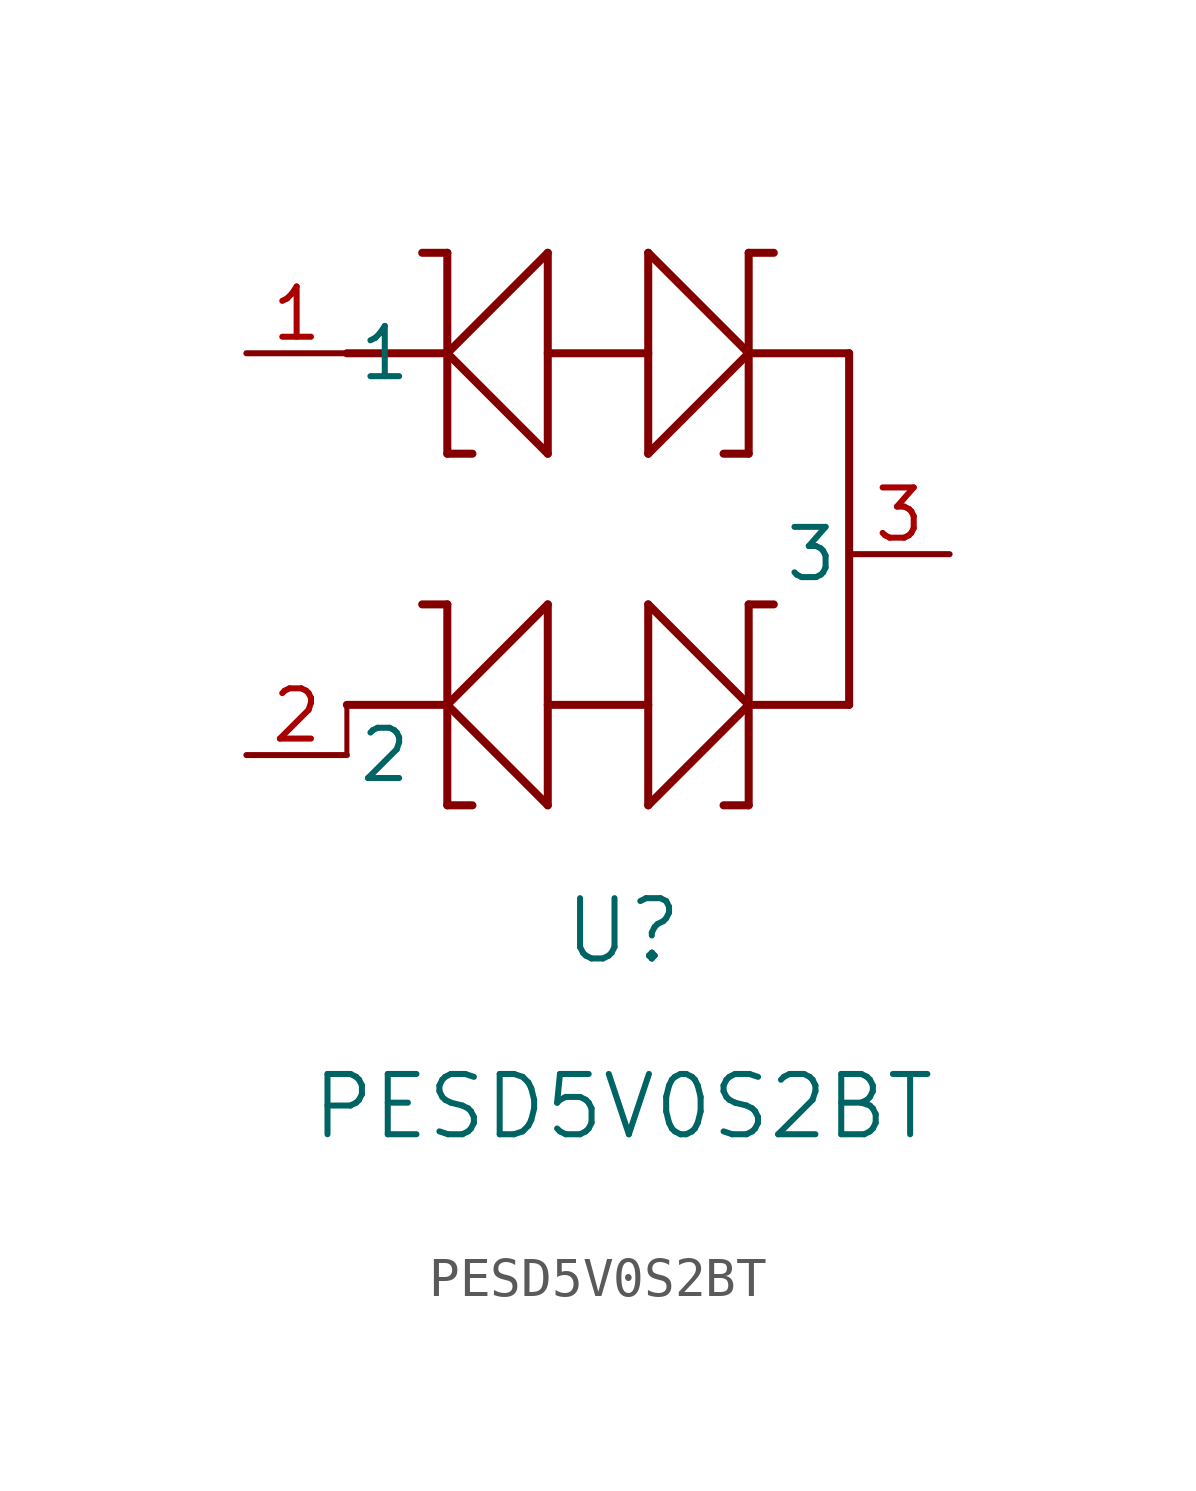
<source format=kicad_sym>
(kicad_symbol_lib
  (version 20211014)
  (generator kicad_symbol_editor)
  (symbol "PESD5V0S2BT"
    (pin_names
      (offset 0.254))
    (property "Reference" "U"
      (at 9.525 -14.605 0)
      (effects (font (size 1.524 1.524))))
    (property "Value" "PESD5V0S2BT"
      (at 9.525 -19.05 0)
      (effects (font (size 1.524 1.524))))
    (symbol "PESD5V0S2BT_0_1"
      (polyline (pts (xy 10.16 2.54) (xy 12.7 0)) (stroke (width 0.203) (type default) (color 0 0 0 0)) (fill (type none)))
      (polyline (pts (xy 12.7 2.54) (xy 13.335 2.54)) (stroke (width 0.203) (type default) (color 0 0 0 0)) (fill (type none)))
      (polyline (pts (xy 10.16 -2.54) (xy 10.16 2.54)) (stroke (width 0.203) (type default) (color 0 0 0 0)) (fill (type none)))
      (polyline (pts (xy 7.62 -2.54) (xy 5.08 0)) (stroke (width 0.203) (type default) (color 0 0 0 0)) (fill (type none)))
      (polyline (pts (xy 5.08 -2.54) (xy 5.715 -2.54)) (stroke (width 0.203) (type default) (color 0 0 0 0)) (fill (type none)))
      (polyline (pts (xy 12.7 -2.54) (xy 12.7 2.54)) (stroke (width 0.203) (type default) (color 0 0 0 0)) (fill (type none)))
      (polyline (pts (xy 7.62 2.54) (xy 7.62 -2.54)) (stroke (width 0.203) (type default) (color 0 0 0 0)) (fill (type none)))
      (polyline (pts (xy 10.16 -2.54) (xy 12.7 0)) (stroke (width 0.203) (type default) (color 0 0 0 0)) (fill (type none)))
      (polyline (pts (xy 12.7 -2.54) (xy 12.065 -2.54)) (stroke (width 0.203) (type default) (color 0 0 0 0)) (fill (type none)))
      (polyline (pts (xy 5.08 2.54) (xy 5.08 -2.54)) (stroke (width 0.203) (type default) (color 0 0 0 0)) (fill (type none)))
      (polyline (pts (xy 7.62 2.54) (xy 5.08 0)) (stroke (width 0.203) (type default) (color 0 0 0 0)) (fill (type none)))
      (polyline (pts (xy 5.08 2.54) (xy 4.445 2.54)) (stroke (width 0.203) (type default) (color 0 0 0 0)) (fill (type none)))
      (polyline (pts (xy 15.24 0) (xy 12.7 0)) (stroke (width 0.203) (type default) (color 0 0 0 0)) (fill (type none)))
      (polyline (pts (xy 2.54 0) (xy 5.08 0)) (stroke (width 0.203) (type default) (color 0 0 0 0)) (fill (type none)))
      (polyline (pts (xy 10.16 0) (xy 7.62 0)) (stroke (width 0.203) (type default) (color 0 0 0 0)) (fill (type none)))
      (polyline (pts (xy 10.16 -6.35) (xy 12.7 -8.89)) (stroke (width 0.203) (type default) (color 0 0 0 0)) (fill (type none)))
      (polyline (pts (xy 12.7 -6.35) (xy 13.335 -6.35)) (stroke (width 0.203) (type default) (color 0 0 0 0)) (fill (type none)))
      (polyline (pts (xy 10.16 -11.43) (xy 10.16 -6.35)) (stroke (width 0.203) (type default) (color 0 0 0 0)) (fill (type none)))
      (polyline (pts (xy 7.62 -11.43) (xy 5.08 -8.89)) (stroke (width 0.203) (type default) (color 0 0 0 0)) (fill (type none)))
      (polyline (pts (xy 5.08 -11.43) (xy 5.715 -11.43)) (stroke (width 0.203) (type default) (color 0 0 0 0)) (fill (type none)))
      (polyline (pts (xy 12.7 -11.43) (xy 12.7 -6.35)) (stroke (width 0.203) (type default) (color 0 0 0 0)) (fill (type none)))
      (polyline (pts (xy 7.62 -6.35) (xy 7.62 -11.43)) (stroke (width 0.203) (type default) (color 0 0 0 0)) (fill (type none)))
      (polyline (pts (xy 10.16 -11.43) (xy 12.7 -8.89)) (stroke (width 0.203) (type default) (color 0 0 0 0)) (fill (type none)))
      (polyline (pts (xy 12.7 -11.43) (xy 12.065 -11.43)) (stroke (width 0.203) (type default) (color 0 0 0 0)) (fill (type none)))
      (polyline (pts (xy 5.08 -6.35) (xy 5.08 -11.43)) (stroke (width 0.203) (type default) (color 0 0 0 0)) (fill (type none)))
      (polyline (pts (xy 7.62 -6.35) (xy 5.08 -8.89)) (stroke (width 0.203) (type default) (color 0 0 0 0)) (fill (type none)))
      (polyline (pts (xy 5.08 -6.35) (xy 4.445 -6.35)) (stroke (width 0.203) (type default) (color 0 0 0 0)) (fill (type none)))
      (polyline (pts (xy 15.24 -8.89) (xy 12.7 -8.89)) (stroke (width 0.203) (type default) (color 0 0 0 0)) (fill (type none)))
      (polyline (pts (xy 2.54 -8.89) (xy 5.08 -8.89)) (stroke (width 0.203) (type default) (color 0 0 0 0)) (fill (type none)))
      (polyline (pts (xy 10.16 -8.89) (xy 7.62 -8.89)) (stroke (width 0.203) (type default) (color 0 0 0 0)) (fill (type none)))
      (polyline (pts (xy 15.24 -8.89) (xy 15.24 0)) (stroke (width 0.203) (type default) (color 0 0 0 0)) (fill (type none)))
      (polyline (pts (xy 2.54 -10.16) (xy 2.54 -8.89)) (stroke (width 0.127) (type default) (color 0 0 0 0)) (fill (type none)))
      (pin unspecified line (at 0 0 0) (length 2.54) (name "1" (effects (font (size 1.27 1.27)))) (number "1" (effects (font (size 1.27 1.27)))))
      (pin unspecified line (at 0 -10.16 0) (length 2.54) (name "2" (effects (font (size 1.27 1.27)))) (number "2" (effects (font (size 1.27 1.27)))))
      (pin unspecified line (at 17.78 -5.08 180) (length 2.54) (name "3" (effects (font (size 1.27 1.27)))) (number "3" (effects (font (size 1.27 1.27))))))))
</source>
